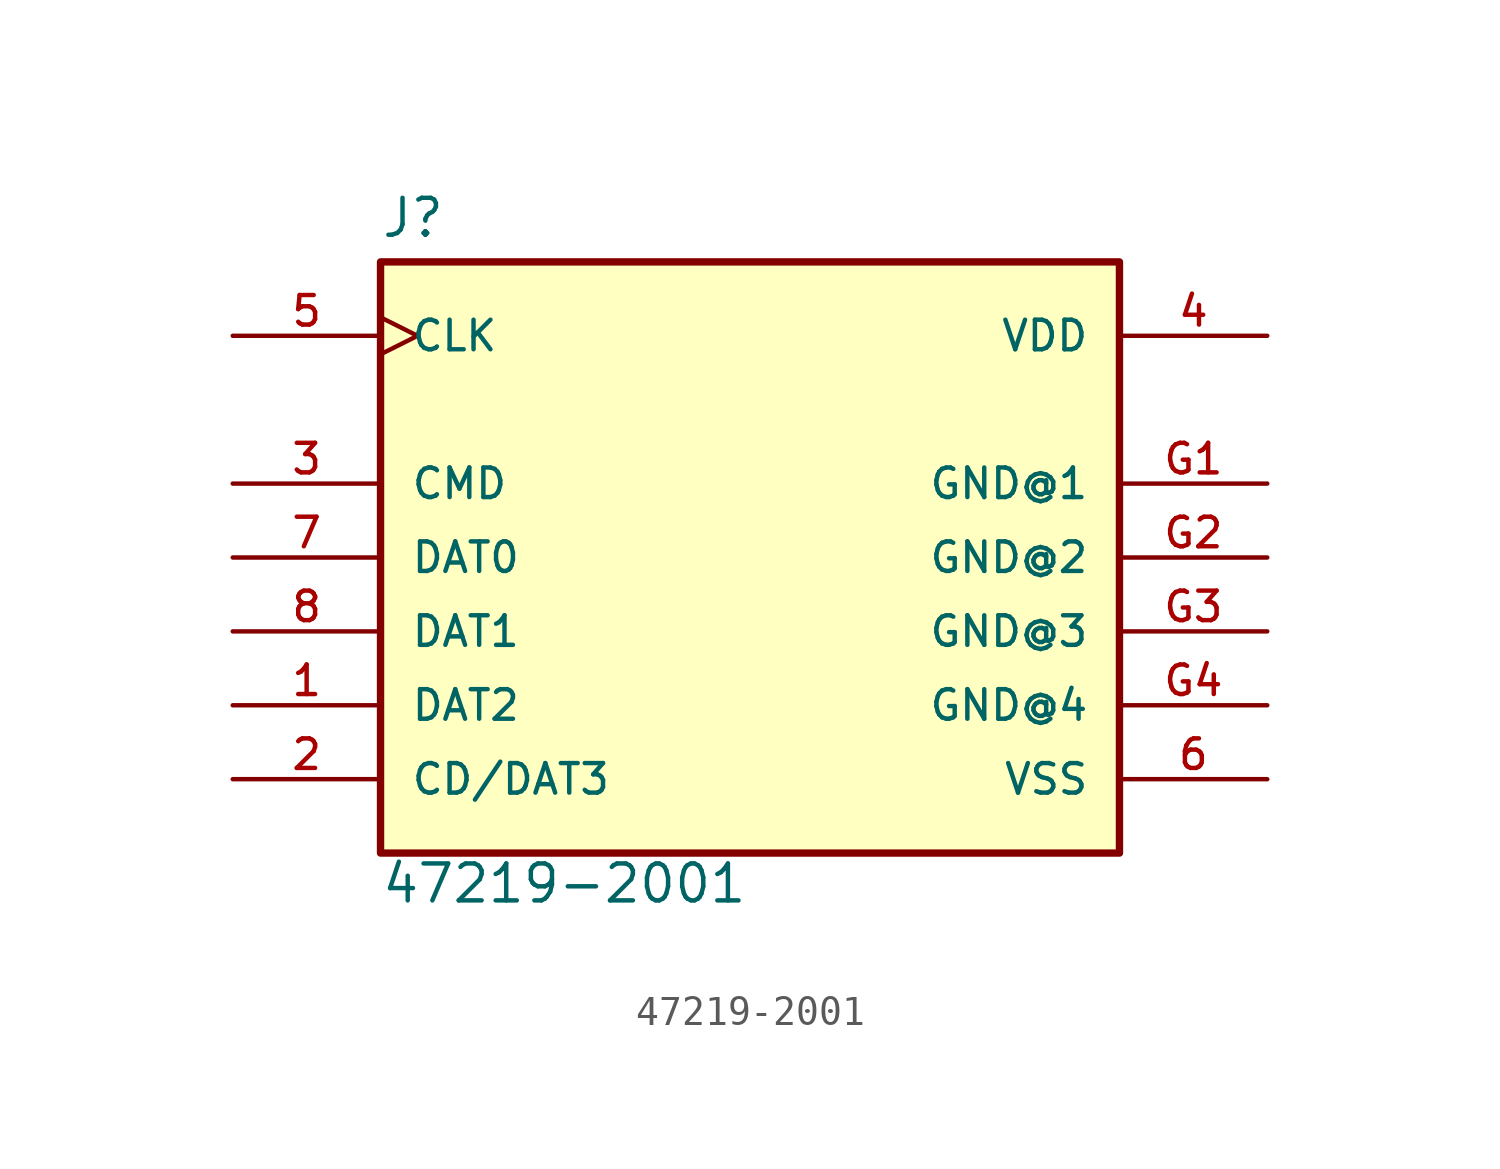
<source format=kicad_sym>
(kicad_symbol_lib
  (version 20220914)
  (generator kicad_symbol_editor)
  (symbol "47219-2001"
    (pin_names
      (offset 1.016))
    (property "Reference" "J"
      (at -12.71 10.931 0)
      (effects (font (size 1.27 1.27)) (justify left bottom)))
    (property "Value" "47219-2001"
      (at -12.713 -11.95 0)
      (effects (font (size 1.27 1.27)) (justify left bottom)))
    (symbol "47219-2001_0_0"
      (rectangle (start -12.7 -10.16) (end 12.7 10.16) (stroke (width 0.254) (type default)) (fill (type background)))
      (pin bidirectional line (at -17.78 -5.08 0) (length 5.08) (name "DAT2" (effects (font (size 1.016 1.016)))) (number "1" (effects (font (size 1.016 1.016)))))
      (pin bidirectional line (at -17.78 -7.62 0) (length 5.08) (name "CD/DAT3" (effects (font (size 1.016 1.016)))) (number "2" (effects (font (size 1.016 1.016)))))
      (pin bidirectional line (at -17.78 2.54 0) (length 5.08) (name "CMD" (effects (font (size 1.016 1.016)))) (number "3" (effects (font (size 1.016 1.016)))))
      (pin power_in line (at 17.78 7.62 180) (length 5.08) (name "VDD" (effects (font (size 1.016 1.016)))) (number "4" (effects (font (size 1.016 1.016)))))
      (pin input clock (at -17.78 7.62 0) (length 5.08) (name "CLK" (effects (font (size 1.016 1.016)))) (number "5" (effects (font (size 1.016 1.016)))))
      (pin power_in line (at 17.78 -7.62 180) (length 5.08) (name "VSS" (effects (font (size 1.016 1.016)))) (number "6" (effects (font (size 1.016 1.016)))))
      (pin bidirectional line (at -17.78 0 0) (length 5.08) (name "DAT0" (effects (font (size 1.016 1.016)))) (number "7" (effects (font (size 1.016 1.016)))))
      (pin bidirectional line (at -17.78 -2.54 0) (length 5.08) (name "DAT1" (effects (font (size 1.016 1.016)))) (number "8" (effects (font (size 1.016 1.016)))))
      (pin power_in line (at 17.78 2.54 180) (length 5.08) (name "GND@1" (effects (font (size 1.016 1.016)))) (number "G1" (effects (font (size 1.016 1.016)))))
      (pin power_in line (at 17.78 0 180) (length 5.08) (name "GND@2" (effects (font (size 1.016 1.016)))) (number "G2" (effects (font (size 1.016 1.016)))))
      (pin power_in line (at 17.78 -2.54 180) (length 5.08) (name "GND@3" (effects (font (size 1.016 1.016)))) (number "G3" (effects (font (size 1.016 1.016)))))
      (pin power_in line (at 17.78 -5.08 180) (length 5.08) (name "GND@4" (effects (font (size 1.016 1.016)))) (number "G4" (effects (font (size 1.016 1.016))))))))
</source>
